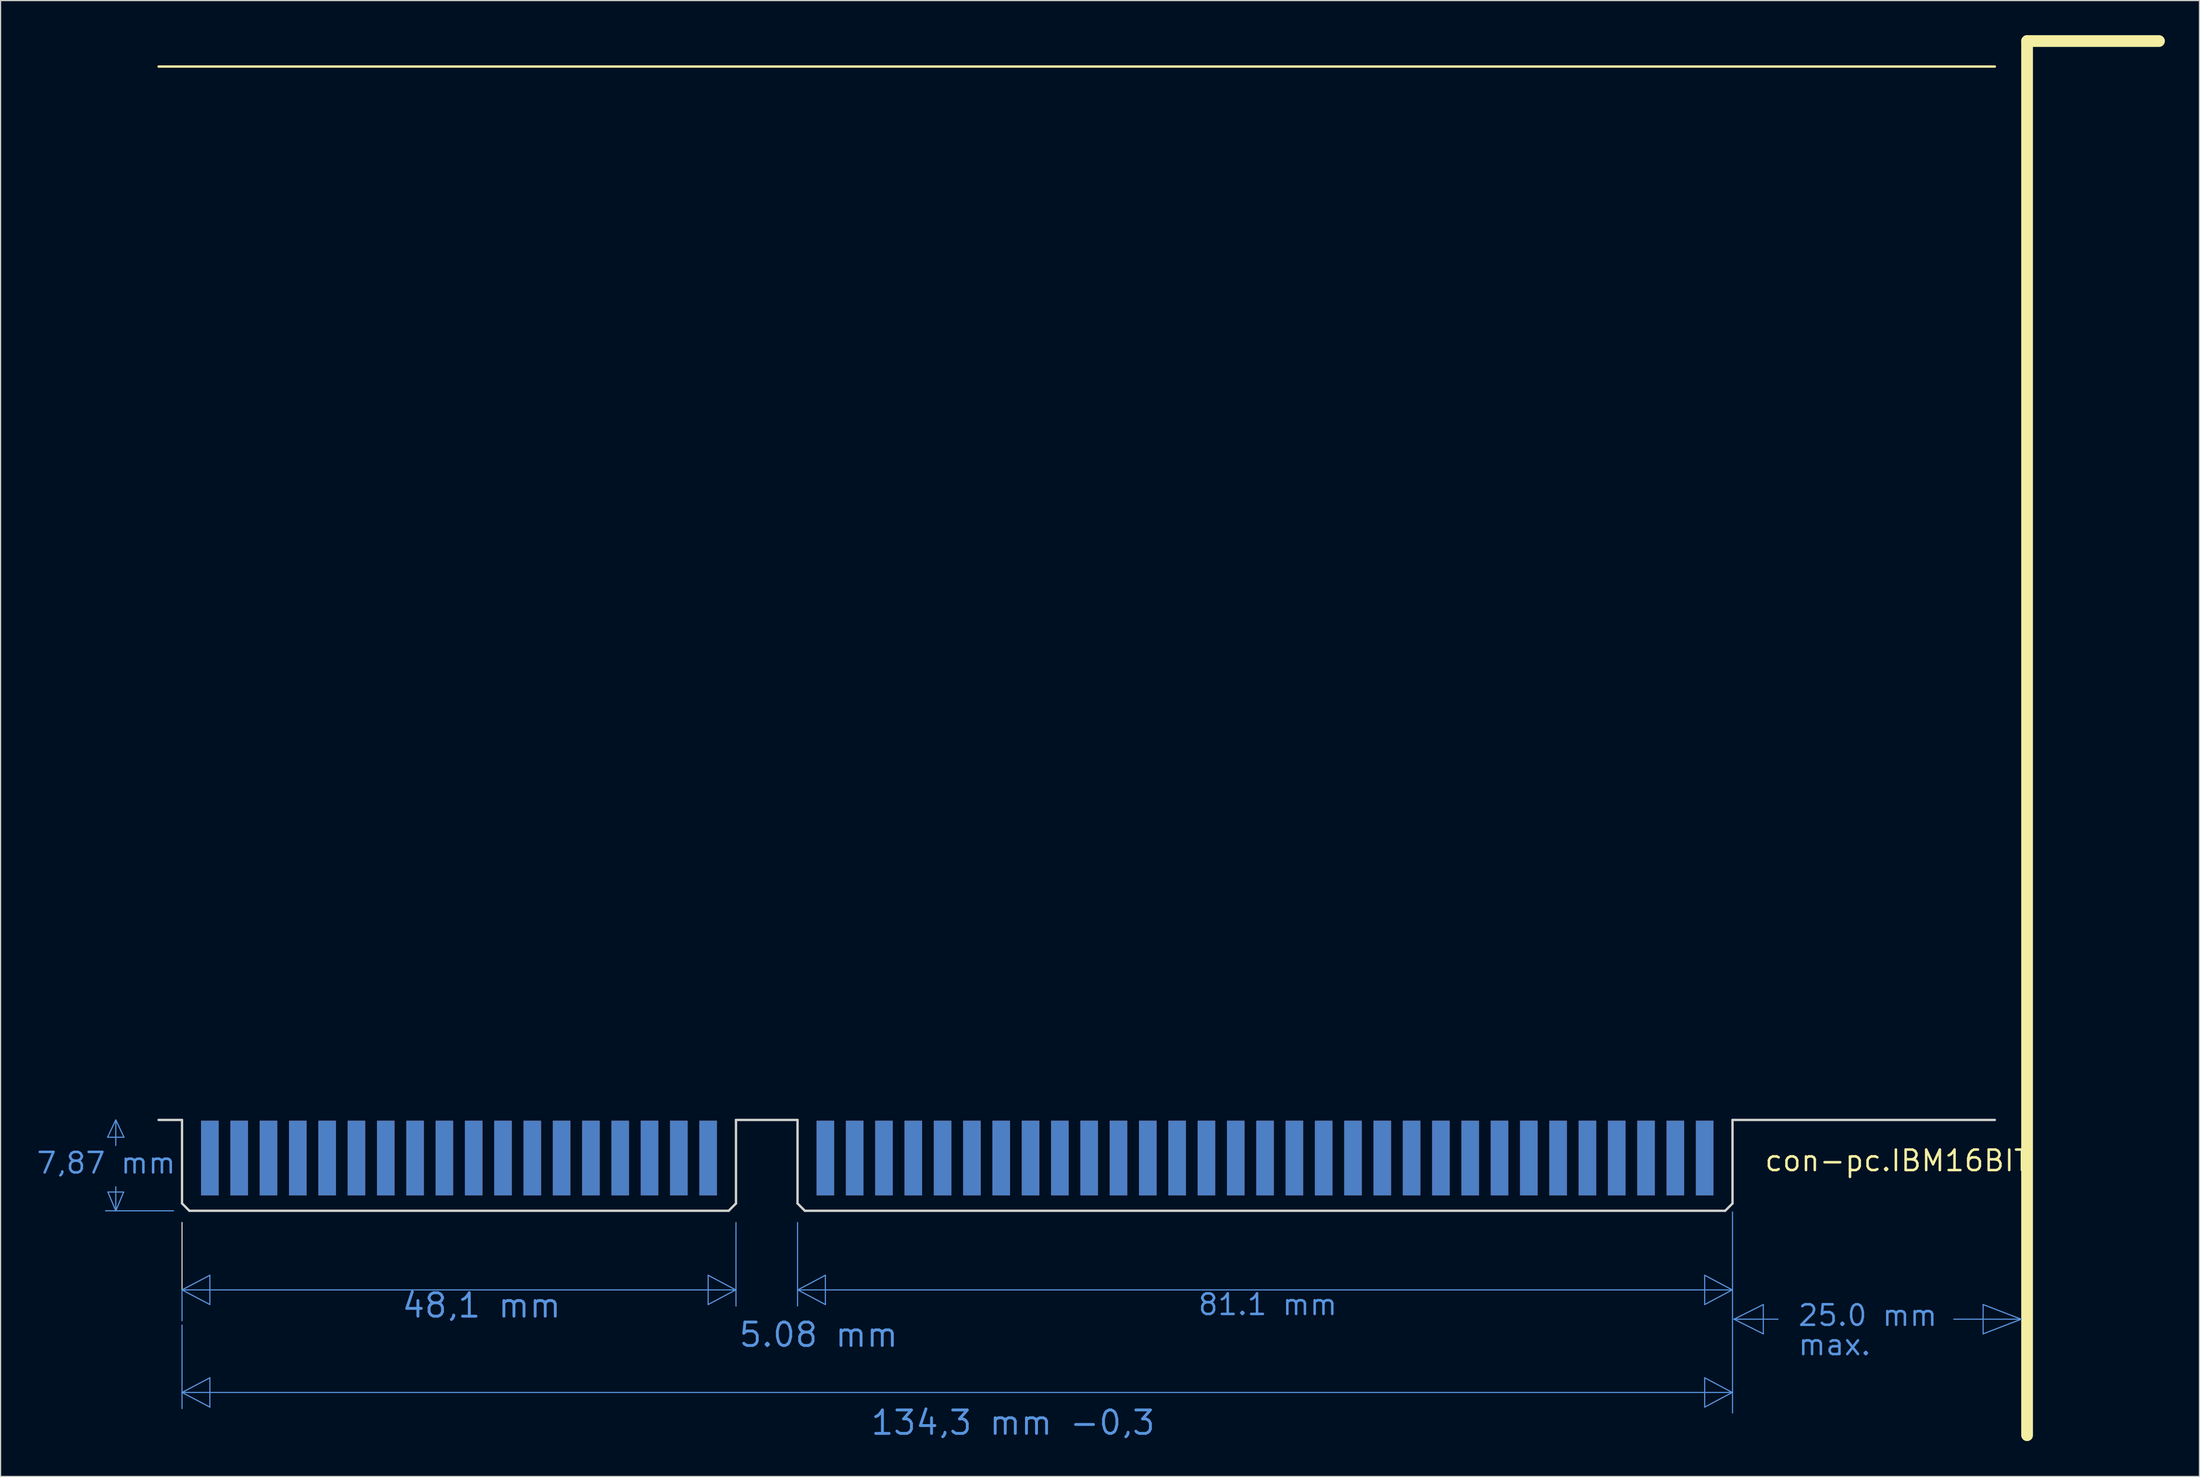
<source format=kicad_pcb>
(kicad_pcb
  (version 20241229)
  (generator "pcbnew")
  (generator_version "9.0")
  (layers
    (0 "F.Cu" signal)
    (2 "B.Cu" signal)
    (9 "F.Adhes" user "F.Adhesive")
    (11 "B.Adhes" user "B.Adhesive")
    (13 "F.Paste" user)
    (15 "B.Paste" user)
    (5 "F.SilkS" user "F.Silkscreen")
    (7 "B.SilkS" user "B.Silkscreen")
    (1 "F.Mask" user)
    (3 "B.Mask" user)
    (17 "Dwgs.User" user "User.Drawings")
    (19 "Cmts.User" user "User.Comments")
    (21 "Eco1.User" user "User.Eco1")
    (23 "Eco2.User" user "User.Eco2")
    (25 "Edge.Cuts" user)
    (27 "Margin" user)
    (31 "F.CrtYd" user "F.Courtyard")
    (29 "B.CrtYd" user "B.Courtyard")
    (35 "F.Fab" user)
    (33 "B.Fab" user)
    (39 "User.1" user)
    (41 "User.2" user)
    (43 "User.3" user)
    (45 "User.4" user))
  (footprint "con-pc.IBM16BIT"
    (layer "B.Cu")
    (at 170.078 102.413)
    (property "Reference" "con-pc.IBM16BIT" (at -20.32 -3.81 0) (layer "F.SilkS") (effects (font (size 1.778 1.778) (thickness 0.22)) (justify left bottom)))
    (attr smd)
    (fp_line (start -160.02 3.81) (end -16.51 3.81) (stroke (width 1.016) (type default)) (layer "F.Mask"))
    (fp_line (start -154.94 -2.54) (end -154.94 3.81) (stroke (width 1.016) (type default)) (layer "F.Mask"))
    (fp_line (start -152.4 -2.54) (end -152.4 3.81) (stroke (width 1.016) (type default)) (layer "F.Mask"))
    (fp_line (start -149.86 -2.54) (end -149.86 3.81) (stroke (width 1.016) (type default)) (layer "F.Mask"))
    (fp_line (start -147.32 -2.54) (end -147.32 3.81) (stroke (width 1.016) (type default)) (layer "F.Mask"))
    (fp_line (start -144.78 -2.54) (end -144.78 3.81) (stroke (width 1.016) (type default)) (layer "F.Mask"))
    (fp_line (start -142.24 -2.54) (end -142.24 3.81) (stroke (width 1.016) (type default)) (layer "F.Mask"))
    (fp_line (start -139.7 -2.54) (end -139.7 3.81) (stroke (width 1.016) (type default)) (layer "F.Mask"))
    (fp_line (start -137.16 -2.54) (end -137.16 3.81) (stroke (width 1.016) (type default)) (layer "F.Mask"))
    (fp_line (start -134.62 -2.54) (end -134.62 3.81) (stroke (width 1.016) (type default)) (layer "F.Mask"))
    (fp_line (start -132.08 -2.54) (end -132.08 3.81) (stroke (width 1.016) (type default)) (layer "F.Mask"))
    (fp_line (start -129.54 -2.54) (end -129.54 3.81) (stroke (width 1.016) (type default)) (layer "F.Mask"))
    (fp_line (start -127 -2.54) (end -127 3.81) (stroke (width 1.016) (type default)) (layer "F.Mask"))
    (fp_line (start -124.46 -2.54) (end -124.46 3.81) (stroke (width 1.016) (type default)) (layer "F.Mask"))
    (fp_line (start -121.92 -2.54) (end -121.92 3.81) (stroke (width 1.016) (type default)) (layer "F.Mask"))
    (fp_line (start -119.38 -2.54) (end -119.38 3.81) (stroke (width 1.016) (type default)) (layer "F.Mask"))
    (fp_line (start -116.84 -2.54) (end -116.84 3.81) (stroke (width 1.016) (type default)) (layer "F.Mask"))
    (fp_line (start -114.3 -2.54) (end -114.3 3.81) (stroke (width 1.016) (type default)) (layer "F.Mask"))
    (fp_line (start -111.76 -2.54) (end -111.76 3.81) (stroke (width 1.016) (type default)) (layer "F.Mask"))
    (fp_line (start -101.6 -2.54) (end -101.6 3.81) (stroke (width 1.016) (type default)) (layer "F.Mask"))
    (fp_line (start -99.06 -2.54) (end -99.06 3.81) (stroke (width 1.016) (type default)) (layer "F.Mask"))
    (fp_line (start -96.52 -2.54) (end -96.52 3.81) (stroke (width 1.016) (type default)) (layer "F.Mask"))
    (fp_line (start -93.98 -2.54) (end -93.98 3.81) (stroke (width 1.016) (type default)) (layer "F.Mask"))
    (fp_line (start -91.44 -2.54) (end -91.44 3.81) (stroke (width 1.016) (type default)) (layer "F.Mask"))
    (fp_line (start -88.9 -2.54) (end -88.9 3.81) (stroke (width 1.016) (type default)) (layer "F.Mask"))
    (fp_line (start -86.36 -2.54) (end -86.36 3.81) (stroke (width 1.016) (type default)) (layer "F.Mask"))
    (fp_line (start -83.82 -2.54) (end -83.82 3.81) (stroke (width 1.016) (type default)) (layer "F.Mask"))
    (fp_line (start -81.28 -2.54) (end -81.28 3.81) (stroke (width 1.016) (type default)) (layer "F.Mask"))
    (fp_line (start -78.74 -2.54) (end -78.74 3.81) (stroke (width 1.016) (type default)) (layer "F.Mask"))
    (fp_line (start -76.2 -2.54) (end -76.2 3.81) (stroke (width 1.016) (type default)) (layer "F.Mask"))
    (fp_line (start -73.66 -2.54) (end -73.66 3.81) (stroke (width 1.016) (type default)) (layer "F.Mask"))
    (fp_line (start -71.12 -2.54) (end -71.12 3.81) (stroke (width 1.016) (type default)) (layer "F.Mask"))
    (fp_line (start -68.58 -2.54) (end -68.58 3.81) (stroke (width 1.016) (type default)) (layer "F.Mask"))
    (fp_line (start -66.04 -2.54) (end -66.04 3.81) (stroke (width 1.016) (type default)) (layer "F.Mask"))
    (fp_line (start -63.5 -2.54) (end -63.5 3.81) (stroke (width 1.016) (type default)) (layer "F.Mask"))
    (fp_line (start -60.96 -2.54) (end -60.96 3.81) (stroke (width 1.016) (type default)) (layer "F.Mask"))
    (fp_line (start -58.42 -2.54) (end -58.42 3.81) (stroke (width 1.016) (type default)) (layer "F.Mask"))
    (fp_line (start -55.88 -2.54) (end -55.88 3.81) (stroke (width 1.016) (type default)) (layer "F.Mask"))
    (fp_line (start -53.34 -2.54) (end -53.34 3.81) (stroke (width 1.016) (type default)) (layer "F.Mask"))
    (fp_line (start -50.8 -2.54) (end -50.8 3.81) (stroke (width 1.016) (type default)) (layer "F.Mask"))
    (fp_line (start -48.26 -2.54) (end -48.26 3.81) (stroke (width 1.016) (type default)) (layer "F.Mask"))
    (fp_line (start -45.72 -2.54) (end -45.72 3.81) (stroke (width 1.016) (type default)) (layer "F.Mask"))
    (fp_line (start -43.18 -2.54) (end -43.18 3.81) (stroke (width 1.016) (type default)) (layer "F.Mask"))
    (fp_line (start -40.64 -2.54) (end -40.64 3.81) (stroke (width 1.016) (type default)) (layer "F.Mask"))
    (fp_line (start -38.1 -2.54) (end -38.1 3.81) (stroke (width 1.016) (type default)) (layer "F.Mask"))
    (fp_line (start -35.56 -2.54) (end -35.56 3.81) (stroke (width 1.016) (type default)) (layer "F.Mask"))
    (fp_line (start -33.02 -2.54) (end -33.02 3.81) (stroke (width 1.016) (type default)) (layer "F.Mask"))
    (fp_line (start -30.48 -2.54) (end -30.48 3.81) (stroke (width 1.016) (type default)) (layer "F.Mask"))
    (fp_line (start -27.94 -2.54) (end -27.94 3.81) (stroke (width 1.016) (type default)) (layer "F.Mask"))
    (fp_line (start -25.4 -2.54) (end -25.4 3.81) (stroke (width 1.016) (type default)) (layer "F.Mask"))
    (fp_rect (start -155.702 -1.778) (end -154.178 -8.382) (stroke (width 0.05) (type default)) (fill yes) (layer "F.Mask"))
    (fp_rect (start -153.162 -1.778) (end -151.638 -8.382) (stroke (width 0.05) (type default)) (fill yes) (layer "F.Mask"))
    (fp_rect (start -150.622 -1.778) (end -149.098 -8.382) (stroke (width 0.05) (type default)) (fill yes) (layer "F.Mask"))
    (fp_rect (start -148.082 -1.778) (end -146.558 -8.382) (stroke (width 0.05) (type default)) (fill yes) (layer "F.Mask"))
    (fp_rect (start -145.542 -1.778) (end -144.018 -8.382) (stroke (width 0.05) (type default)) (fill yes) (layer "F.Mask"))
    (fp_rect (start -143.002 -1.778) (end -141.478 -8.382) (stroke (width 0.05) (type default)) (fill yes) (layer "F.Mask"))
    (fp_rect (start -140.462 -1.778) (end -138.938 -8.382) (stroke (width 0.05) (type default)) (fill yes) (layer "F.Mask"))
    (fp_rect (start -137.922 -1.778) (end -136.398 -8.382) (stroke (width 0.05) (type default)) (fill yes) (layer "F.Mask"))
    (fp_rect (start -135.382 -1.778) (end -133.858 -8.382) (stroke (width 0.05) (type default)) (fill yes) (layer "F.Mask"))
    (fp_rect (start -132.842 -1.778) (end -131.318 -8.382) (stroke (width 0.05) (type default)) (fill yes) (layer "F.Mask"))
    (fp_rect (start -130.302 -1.778) (end -128.778 -8.382) (stroke (width 0.05) (type default)) (fill yes) (layer "F.Mask"))
    (fp_rect (start -127.762 -1.778) (end -126.238 -8.382) (stroke (width 0.05) (type default)) (fill yes) (layer "F.Mask"))
    (fp_rect (start -125.222 -1.778) (end -123.698 -8.382) (stroke (width 0.05) (type default)) (fill yes) (layer "F.Mask"))
    (fp_rect (start -122.682 -1.778) (end -121.158 -8.382) (stroke (width 0.05) (type default)) (fill yes) (layer "F.Mask"))
    (fp_rect (start -120.142 -1.778) (end -118.618 -8.382) (stroke (width 0.05) (type default)) (fill yes) (layer "F.Mask"))
    (fp_rect (start -117.602 -1.778) (end -116.078 -8.382) (stroke (width 0.05) (type default)) (fill yes) (layer "F.Mask"))
    (fp_rect (start -115.062 -1.778) (end -113.538 -8.382) (stroke (width 0.05) (type default)) (fill yes) (layer "F.Mask"))
    (fp_rect (start -112.522 -1.778) (end -110.998 -8.382) (stroke (width 0.05) (type default)) (fill yes) (layer "F.Mask"))
    (fp_rect (start -102.362 -1.778) (end -100.838 -8.382) (stroke (width 0.05) (type default)) (fill yes) (layer "F.Mask"))
    (fp_rect (start -99.822 -1.778) (end -98.298 -8.382) (stroke (width 0.05) (type default)) (fill yes) (layer "F.Mask"))
    (fp_rect (start -97.282 -1.778) (end -95.758 -8.382) (stroke (width 0.05) (type default)) (fill yes) (layer "F.Mask"))
    (fp_rect (start -94.742 -1.778) (end -93.218 -8.382) (stroke (width 0.05) (type default)) (fill yes) (layer "F.Mask"))
    (fp_rect (start -92.202 -1.778) (end -90.678 -8.382) (stroke (width 0.05) (type default)) (fill yes) (layer "F.Mask"))
    (fp_rect (start -89.662 -1.778) (end -88.138 -8.382) (stroke (width 0.05) (type default)) (fill yes) (layer "F.Mask"))
    (fp_rect (start -87.122 -1.778) (end -85.598 -8.382) (stroke (width 0.05) (type default)) (fill yes) (layer "F.Mask"))
    (fp_rect (start -84.582 -1.778) (end -83.058 -8.382) (stroke (width 0.05) (type default)) (fill yes) (layer "F.Mask"))
    (fp_rect (start -82.042 -1.778) (end -80.518 -8.382) (stroke (width 0.05) (type default)) (fill yes) (layer "F.Mask"))
    (fp_rect (start -79.502 -1.778) (end -77.978 -8.382) (stroke (width 0.05) (type default)) (fill yes) (layer "F.Mask"))
    (fp_rect (start -76.962 -1.778) (end -75.438 -8.382) (stroke (width 0.05) (type default)) (fill yes) (layer "F.Mask"))
    (fp_rect (start -74.422 -1.778) (end -72.898 -8.382) (stroke (width 0.05) (type default)) (fill yes) (layer "F.Mask"))
    (fp_rect (start -71.882 -1.778) (end -70.358 -8.382) (stroke (width 0.05) (type default)) (fill yes) (layer "F.Mask"))
    (fp_rect (start -69.342 -1.778) (end -67.818 -8.382) (stroke (width 0.05) (type default)) (fill yes) (layer "F.Mask"))
    (fp_rect (start -66.802 -1.778) (end -65.278 -8.382) (stroke (width 0.05) (type default)) (fill yes) (layer "F.Mask"))
    (fp_rect (start -64.262 -1.778) (end -62.738 -8.382) (stroke (width 0.05) (type default)) (fill yes) (layer "F.Mask"))
    (fp_rect (start -61.722 -1.778) (end -60.198 -8.382) (stroke (width 0.05) (type default)) (fill yes) (layer "F.Mask"))
    (fp_rect (start -59.182 -1.778) (end -57.658 -8.382) (stroke (width 0.05) (type default)) (fill yes) (layer "F.Mask"))
    (fp_rect (start -56.642 -1.778) (end -55.118 -8.382) (stroke (width 0.05) (type default)) (fill yes) (layer "F.Mask"))
    (fp_rect (start -54.102 -1.778) (end -52.578 -8.382) (stroke (width 0.05) (type default)) (fill yes) (layer "F.Mask"))
    (fp_rect (start -51.562 -1.778) (end -50.038 -8.382) (stroke (width 0.05) (type default)) (fill yes) (layer "F.Mask"))
    (fp_rect (start -49.022 -1.778) (end -47.498 -8.382) (stroke (width 0.05) (type default)) (fill yes) (layer "F.Mask"))
    (fp_rect (start -46.482 -1.778) (end -44.958 -8.382) (stroke (width 0.05) (type default)) (fill yes) (layer "F.Mask"))
    (fp_rect (start -43.942 -1.778) (end -42.418 -8.382) (stroke (width 0.05) (type default)) (fill yes) (layer "F.Mask"))
    (fp_rect (start -41.402 -1.778) (end -39.878 -8.382) (stroke (width 0.05) (type default)) (fill yes) (layer "F.Mask"))
    (fp_rect (start -38.862 -1.778) (end -37.338 -8.382) (stroke (width 0.05) (type default)) (fill yes) (layer "F.Mask"))
    (fp_rect (start -36.322 -1.778) (end -34.798 -8.382) (stroke (width 0.05) (type default)) (fill yes) (layer "F.Mask"))
    (fp_rect (start -33.782 -1.778) (end -32.258 -8.382) (stroke (width 0.05) (type default)) (fill yes) (layer "F.Mask"))
    (fp_rect (start -31.242 -1.778) (end -29.718 -8.382) (stroke (width 0.05) (type default)) (fill yes) (layer "F.Mask"))
    (fp_rect (start -28.702 -1.778) (end -27.178 -8.382) (stroke (width 0.05) (type default)) (fill yes) (layer "F.Mask"))
    (fp_rect (start -26.162 -1.778) (end -24.638 -8.382) (stroke (width 0.05) (type default)) (fill yes) (layer "F.Mask"))
    (fp_line (start -160.02 3.81) (end -16.51 3.81) (stroke (width 1.016) (type default)) (layer "B.Mask"))
    (fp_line (start -154.94 -2.54) (end -154.94 3.81) (stroke (width 1.016) (type default)) (layer "B.Mask"))
    (fp_line (start -152.4 -2.54) (end -152.4 3.81) (stroke (width 1.016) (type default)) (layer "B.Mask"))
    (fp_line (start -149.86 -2.54) (end -149.86 3.81) (stroke (width 1.016) (type default)) (layer "B.Mask"))
    (fp_line (start -147.32 -2.54) (end -147.32 3.81) (stroke (width 1.016) (type default)) (layer "B.Mask"))
    (fp_line (start -144.78 -2.54) (end -144.78 3.81) (stroke (width 1.016) (type default)) (layer "B.Mask"))
    (fp_line (start -142.24 -2.54) (end -142.24 3.81) (stroke (width 1.016) (type default)) (layer "B.Mask"))
    (fp_line (start -139.7 -2.54) (end -139.7 3.81) (stroke (width 1.016) (type default)) (layer "B.Mask"))
    (fp_line (start -137.16 -2.54) (end -137.16 3.81) (stroke (width 1.016) (type default)) (layer "B.Mask"))
    (fp_line (start -134.62 -2.54) (end -134.62 3.81) (stroke (width 1.016) (type default)) (layer "B.Mask"))
    (fp_line (start -132.08 -2.54) (end -132.08 3.81) (stroke (width 1.016) (type default)) (layer "B.Mask"))
    (fp_line (start -129.54 -2.54) (end -129.54 3.81) (stroke (width 1.016) (type default)) (layer "B.Mask"))
    (fp_line (start -127 -2.54) (end -127 3.81) (stroke (width 1.016) (type default)) (layer "B.Mask"))
    (fp_line (start -124.46 -2.54) (end -124.46 3.81) (stroke (width 1.016) (type default)) (layer "B.Mask"))
    (fp_line (start -121.92 -2.54) (end -121.92 3.81) (stroke (width 1.016) (type default)) (layer "B.Mask"))
    (fp_line (start -119.38 -2.54) (end -119.38 3.81) (stroke (width 1.016) (type default)) (layer "B.Mask"))
    (fp_line (start -116.84 -2.54) (end -116.84 3.81) (stroke (width 1.016) (type default)) (layer "B.Mask"))
    (fp_line (start -114.3 -2.54) (end -114.3 3.81) (stroke (width 1.016) (type default)) (layer "B.Mask"))
    (fp_line (start -111.76 -2.54) (end -111.76 3.81) (stroke (width 1.016) (type default)) (layer "B.Mask"))
    (fp_line (start -101.6 -2.54) (end -101.6 3.81) (stroke (width 1.016) (type default)) (layer "B.Mask"))
    (fp_line (start -99.06 -2.54) (end -99.06 3.81) (stroke (width 1.016) (type default)) (layer "B.Mask"))
    (fp_line (start -96.52 -2.54) (end -96.52 3.81) (stroke (width 1.016) (type default)) (layer "B.Mask"))
    (fp_line (start -93.98 -2.54) (end -93.98 3.81) (stroke (width 1.016) (type default)) (layer "B.Mask"))
    (fp_line (start -91.44 -2.54) (end -91.44 3.81) (stroke (width 1.016) (type default)) (layer "B.Mask"))
    (fp_line (start -88.9 -2.54) (end -88.9 3.81) (stroke (width 1.016) (type default)) (layer "B.Mask"))
    (fp_line (start -86.36 -2.54) (end -86.36 3.81) (stroke (width 1.016) (type default)) (layer "B.Mask"))
    (fp_line (start -83.82 -2.54) (end -83.82 3.81) (stroke (width 1.016) (type default)) (layer "B.Mask"))
    (fp_line (start -81.28 -2.54) (end -81.28 3.81) (stroke (width 1.016) (type default)) (layer "B.Mask"))
    (fp_line (start -78.74 -2.54) (end -78.74 3.81) (stroke (width 1.016) (type default)) (layer "B.Mask"))
    (fp_line (start -76.2 -2.54) (end -76.2 3.81) (stroke (width 1.016) (type default)) (layer "B.Mask"))
    (fp_line (start -73.66 -2.54) (end -73.66 3.81) (stroke (width 1.016) (type default)) (layer "B.Mask"))
    (fp_line (start -71.12 -2.54) (end -71.12 3.81) (stroke (width 1.016) (type default)) (layer "B.Mask"))
    (fp_line (start -68.58 -2.54) (end -68.58 3.81) (stroke (width 1.016) (type default)) (layer "B.Mask"))
    (fp_line (start -66.04 -2.54) (end -66.04 3.81) (stroke (width 1.016) (type default)) (layer "B.Mask"))
    (fp_line (start -63.5 -2.54) (end -63.5 3.81) (stroke (width 1.016) (type default)) (layer "B.Mask"))
    (fp_line (start -60.96 -2.54) (end -60.96 3.81) (stroke (width 1.016) (type default)) (layer "B.Mask"))
    (fp_line (start -58.42 -2.54) (end -58.42 3.81) (stroke (width 1.016) (type default)) (layer "B.Mask"))
    (fp_line (start -55.88 -2.54) (end -55.88 3.81) (stroke (width 1.016) (type default)) (layer "B.Mask"))
    (fp_line (start -53.34 -2.54) (end -53.34 3.81) (stroke (width 1.016) (type default)) (layer "B.Mask"))
    (fp_line (start -50.8 -2.54) (end -50.8 3.81) (stroke (width 1.016) (type default)) (layer "B.Mask"))
    (fp_line (start -48.26 -2.54) (end -48.26 3.81) (stroke (width 1.016) (type default)) (layer "B.Mask"))
    (fp_line (start -45.72 -2.54) (end -45.72 3.81) (stroke (width 1.016) (type default)) (layer "B.Mask"))
    (fp_line (start -43.18 -2.54) (end -43.18 3.81) (stroke (width 1.016) (type default)) (layer "B.Mask"))
    (fp_line (start -40.64 -2.54) (end -40.64 3.81) (stroke (width 1.016) (type default)) (layer "B.Mask"))
    (fp_line (start -38.1 -2.54) (end -38.1 3.81) (stroke (width 1.016) (type default)) (layer "B.Mask"))
    (fp_line (start -35.56 -2.54) (end -35.56 3.81) (stroke (width 1.016) (type default)) (layer "B.Mask"))
    (fp_line (start -33.02 -2.54) (end -33.02 3.81) (stroke (width 1.016) (type default)) (layer "B.Mask"))
    (fp_line (start -30.48 -2.54) (end -30.48 3.81) (stroke (width 1.016) (type default)) (layer "B.Mask"))
    (fp_line (start -27.94 -2.54) (end -27.94 3.81) (stroke (width 1.016) (type default)) (layer "B.Mask"))
    (fp_line (start -25.4 -2.54) (end -25.4 3.81) (stroke (width 1.016) (type default)) (layer "B.Mask"))
    (fp_rect (start -155.702 -1.778) (end -154.178 -8.382) (stroke (width 0.05) (type default)) (fill yes) (layer "B.Mask"))
    (fp_rect (start -153.162 -1.778) (end -151.638 -8.382) (stroke (width 0.05) (type default)) (fill yes) (layer "B.Mask"))
    (fp_rect (start -150.622 -1.778) (end -149.098 -8.382) (stroke (width 0.05) (type default)) (fill yes) (layer "B.Mask"))
    (fp_rect (start -148.082 -1.778) (end -146.558 -8.382) (stroke (width 0.05) (type default)) (fill yes) (layer "B.Mask"))
    (fp_rect (start -145.542 -1.778) (end -144.018 -8.382) (stroke (width 0.05) (type default)) (fill yes) (layer "B.Mask"))
    (fp_rect (start -143.002 -1.778) (end -141.478 -8.382) (stroke (width 0.05) (type default)) (fill yes) (layer "B.Mask"))
    (fp_rect (start -140.462 -1.778) (end -138.938 -8.382) (stroke (width 0.05) (type default)) (fill yes) (layer "B.Mask"))
    (fp_rect (start -137.922 -1.778) (end -136.398 -8.382) (stroke (width 0.05) (type default)) (fill yes) (layer "B.Mask"))
    (fp_rect (start -135.382 -1.778) (end -133.858 -8.382) (stroke (width 0.05) (type default)) (fill yes) (layer "B.Mask"))
    (fp_rect (start -132.842 -1.778) (end -131.318 -8.382) (stroke (width 0.05) (type default)) (fill yes) (layer "B.Mask"))
    (fp_rect (start -130.302 -1.778) (end -128.778 -8.382) (stroke (width 0.05) (type default)) (fill yes) (layer "B.Mask"))
    (fp_rect (start -127.762 -1.778) (end -126.238 -8.382) (stroke (width 0.05) (type default)) (fill yes) (layer "B.Mask"))
    (fp_rect (start -125.222 -1.778) (end -123.698 -8.382) (stroke (width 0.05) (type default)) (fill yes) (layer "B.Mask"))
    (fp_rect (start -122.682 -1.778) (end -121.158 -8.382) (stroke (width 0.05) (type default)) (fill yes) (layer "B.Mask"))
    (fp_rect (start -120.142 -1.778) (end -118.618 -8.382) (stroke (width 0.05) (type default)) (fill yes) (layer "B.Mask"))
    (fp_rect (start -117.602 -1.778) (end -116.078 -8.382) (stroke (width 0.05) (type default)) (fill yes) (layer "B.Mask"))
    (fp_rect (start -115.062 -1.778) (end -113.538 -8.382) (stroke (width 0.05) (type default)) (fill yes) (layer "B.Mask"))
    (fp_rect (start -112.522 -1.778) (end -110.998 -8.382) (stroke (width 0.05) (type default)) (fill yes) (layer "B.Mask"))
    (fp_rect (start -102.362 -1.778) (end -100.838 -8.382) (stroke (width 0.05) (type default)) (fill yes) (layer "B.Mask"))
    (fp_rect (start -99.822 -1.778) (end -98.298 -8.382) (stroke (width 0.05) (type default)) (fill yes) (layer "B.Mask"))
    (fp_rect (start -97.282 -1.778) (end -95.758 -8.382) (stroke (width 0.05) (type default)) (fill yes) (layer "B.Mask"))
    (fp_rect (start -94.742 -1.778) (end -93.218 -8.382) (stroke (width 0.05) (type default)) (fill yes) (layer "B.Mask"))
    (fp_rect (start -92.202 -1.778) (end -90.678 -8.382) (stroke (width 0.05) (type default)) (fill yes) (layer "B.Mask"))
    (fp_rect (start -89.662 -1.778) (end -88.138 -8.382) (stroke (width 0.05) (type default)) (fill yes) (layer "B.Mask"))
    (fp_rect (start -87.122 -1.778) (end -85.598 -8.382) (stroke (width 0.05) (type default)) (fill yes) (layer "B.Mask"))
    (fp_rect (start -84.582 -1.778) (end -83.058 -8.382) (stroke (width 0.05) (type default)) (fill yes) (layer "B.Mask"))
    (fp_rect (start -82.042 -1.778) (end -80.518 -8.382) (stroke (width 0.05) (type default)) (fill yes) (layer "B.Mask"))
    (fp_rect (start -79.502 -1.778) (end -77.978 -8.382) (stroke (width 0.05) (type default)) (fill yes) (layer "B.Mask"))
    (fp_rect (start -76.962 -1.778) (end -75.438 -8.382) (stroke (width 0.05) (type default)) (fill yes) (layer "B.Mask"))
    (fp_rect (start -74.422 -1.778) (end -72.898 -8.382) (stroke (width 0.05) (type default)) (fill yes) (layer "B.Mask"))
    (fp_rect (start -71.882 -1.778) (end -70.358 -8.382) (stroke (width 0.05) (type default)) (fill yes) (layer "B.Mask"))
    (fp_rect (start -69.342 -1.778) (end -67.818 -8.382) (stroke (width 0.05) (type default)) (fill yes) (layer "B.Mask"))
    (fp_rect (start -66.802 -1.778) (end -65.278 -8.382) (stroke (width 0.05) (type default)) (fill yes) (layer "B.Mask"))
    (fp_rect (start -64.262 -1.778) (end -62.738 -8.382) (stroke (width 0.05) (type default)) (fill yes) (layer "B.Mask"))
    (fp_rect (start -61.722 -1.778) (end -60.198 -8.382) (stroke (width 0.05) (type default)) (fill yes) (layer "B.Mask"))
    (fp_rect (start -59.182 -1.778) (end -57.658 -8.382) (stroke (width 0.05) (type default)) (fill yes) (layer "B.Mask"))
    (fp_rect (start -56.642 -1.778) (end -55.118 -8.382) (stroke (width 0.05) (type default)) (fill yes) (layer "B.Mask"))
    (fp_rect (start -54.102 -1.778) (end -52.578 -8.382) (stroke (width 0.05) (type default)) (fill yes) (layer "B.Mask"))
    (fp_rect (start -51.562 -1.778) (end -50.038 -8.382) (stroke (width 0.05) (type default)) (fill yes) (layer "B.Mask"))
    (fp_rect (start -49.022 -1.778) (end -47.498 -8.382) (stroke (width 0.05) (type default)) (fill yes) (layer "B.Mask"))
    (fp_rect (start -46.482 -1.778) (end -44.958 -8.382) (stroke (width 0.05) (type default)) (fill yes) (layer "B.Mask"))
    (fp_rect (start -43.942 -1.778) (end -42.418 -8.382) (stroke (width 0.05) (type default)) (fill yes) (layer "B.Mask"))
    (fp_rect (start -41.402 -1.778) (end -39.878 -8.382) (stroke (width 0.05) (type default)) (fill yes) (layer "B.Mask"))
    (fp_rect (start -38.862 -1.778) (end -37.338 -8.382) (stroke (width 0.05) (type default)) (fill yes) (layer "B.Mask"))
    (fp_rect (start -36.322 -1.778) (end -34.798 -8.382) (stroke (width 0.05) (type default)) (fill yes) (layer "B.Mask"))
    (fp_rect (start -33.782 -1.778) (end -32.258 -8.382) (stroke (width 0.05) (type default)) (fill yes) (layer "B.Mask"))
    (fp_rect (start -31.242 -1.778) (end -29.718 -8.382) (stroke (width 0.05) (type default)) (fill yes) (layer "B.Mask"))
    (fp_rect (start -28.702 -1.778) (end -27.178 -8.382) (stroke (width 0.05) (type default)) (fill yes) (layer "B.Mask"))
    (fp_rect (start -26.162 -1.778) (end -24.638 -8.382) (stroke (width 0.05) (type default)) (fill yes) (layer "B.Mask"))
    (fp_line (start -0.254 -99.695) (end -159.385 -99.695) (stroke (width 0.203) (type default)) (layer "F.SilkS"))
    (fp_line (start 2.54 -101.905) (end 13.97 -101.905) (stroke (width 1.016) (type default)) (layer "F.SilkS"))
    (fp_line (start 2.54 18.948) (end 2.54 -101.905) (stroke (width 1.016) (type default)) (layer "F.SilkS"))
    (fp_line (start -163.805 -6.883) (end -162.382 -6.883) (stroke (width 0.1) (type default)) (layer "Cmts.User"))
    (fp_line (start -163.779 -2.134) (end -163.093 -0.508) (stroke (width 0.1) (type default)) (layer "Cmts.User"))
    (fp_line (start -163.093 -8.382) (end -163.805 -6.883) (stroke (width 0.1) (type default)) (layer "Cmts.User"))
    (fp_line (start -163.093 -8.382) (end -163.093 -6.172) (stroke (width 0.1) (type default)) (layer "Cmts.User"))
    (fp_line (start -163.093 -0.508) (end -163.982 -0.508) (stroke (width 0.1) (type default)) (layer "Cmts.User"))
    (fp_line (start -163.093 -0.508) (end -163.093 -2.591) (stroke (width 0.1) (type default)) (layer "Cmts.User"))
    (fp_line (start -163.093 -0.508) (end -162.408 -2.134) (stroke (width 0.1) (type default)) (layer "Cmts.User"))
    (fp_line (start -162.408 -2.134) (end -163.779 -2.134) (stroke (width 0.1) (type default)) (layer "Cmts.User"))
    (fp_line (start -162.382 -6.883) (end -163.093 -8.382) (stroke (width 0.1) (type default)) (layer "Cmts.User"))
    (fp_line (start -158.09 -0.508) (end -163.093 -0.508) (stroke (width 0.1) (type default)) (layer "Cmts.User"))
    (fp_line (start -157.353 6.35) (end -157.353 9.017) (stroke (width 0.1) (type default)) (layer "Cmts.User"))
    (fp_line (start -157.353 6.35) (end -154.94 5.08) (stroke (width 0.1) (type default)) (layer "Cmts.User"))
    (fp_line (start -157.353 6.35) (end -109.372 6.35) (stroke (width 0.1) (type default)) (layer "Cmts.User"))
    (fp_line (start -157.353 9.398) (end -157.353 15.24) (stroke (width 0.1) (type default)) (layer "Cmts.User"))
    (fp_line (start -157.353 15.24) (end -157.353 16.637) (stroke (width 0.1) (type default)) (layer "Cmts.User"))
    (fp_line (start -157.353 15.24) (end -154.94 13.97) (stroke (width 0.1) (type default)) (layer "Cmts.User"))
    (fp_line (start -157.353 15.24) (end -23.012 15.24) (stroke (width 0.1) (type default)) (layer "Cmts.User"))
    (fp_line (start -154.94 5.08) (end -154.94 7.62) (stroke (width 0.1) (type default)) (layer "Cmts.User"))
    (fp_line (start -154.94 7.62) (end -157.353 6.35) (stroke (width 0.1) (type default)) (layer "Cmts.User"))
    (fp_line (start -154.94 13.97) (end -154.94 16.51) (stroke (width 0.1) (type default)) (layer "Cmts.User"))
    (fp_line (start -154.94 16.51) (end -157.353 15.24) (stroke (width 0.1) (type default)) (layer "Cmts.User"))
    (fp_line (start -111.76 5.08) (end -111.76 7.62) (stroke (width 0.1) (type default)) (layer "Cmts.User"))
    (fp_line (start -111.76 7.62) (end -109.372 6.35) (stroke (width 0.1) (type default)) (layer "Cmts.User"))
    (fp_line (start -109.372 6.35) (end -111.76 5.08) (stroke (width 0.1) (type default)) (layer "Cmts.User"))
    (fp_line (start -109.347 0.508) (end -109.347 7.747) (stroke (width 0.1) (type default)) (layer "Cmts.User"))
    (fp_line (start -104.013 0.508) (end -104.013 7.747) (stroke (width 0.1) (type default)) (layer "Cmts.User"))
    (fp_line (start -103.988 6.35) (end -101.6 5.08) (stroke (width 0.1) (type default)) (layer "Cmts.User"))
    (fp_line (start -101.6 5.08) (end -101.6 7.62) (stroke (width 0.1) (type default)) (layer "Cmts.User"))
    (fp_line (start -101.6 7.62) (end -103.988 6.35) (stroke (width 0.1) (type default)) (layer "Cmts.User"))
    (fp_line (start -25.4 5.08) (end -25.4 7.62) (stroke (width 0.1) (type default)) (layer "Cmts.User"))
    (fp_line (start -25.4 7.62) (end -23.012 6.35) (stroke (width 0.1) (type default)) (layer "Cmts.User"))
    (fp_line (start -25.4 13.97) (end -25.4 16.51) (stroke (width 0.1) (type default)) (layer "Cmts.User"))
    (fp_line (start -25.4 16.51) (end -23.012 15.24) (stroke (width 0.1) (type default)) (layer "Cmts.User"))
    (fp_line (start -23.012 6.35) (end -103.988 6.35) (stroke (width 0.1) (type default)) (layer "Cmts.User"))
    (fp_line (start -23.012 6.35) (end -25.4 5.08) (stroke (width 0.1) (type default)) (layer "Cmts.User"))
    (fp_line (start -23.012 15.24) (end -25.4 13.97) (stroke (width 0.1) (type default)) (layer "Cmts.User"))
    (fp_line (start -22.987 -0.406) (end -22.987 17.018) (stroke (width 0.1) (type default)) (layer "Cmts.User"))
    (fp_line (start -22.86 8.89) (end -20.32 7.62) (stroke (width 0.1) (type default)) (layer "Cmts.User"))
    (fp_line (start -22.86 8.89) (end -19.05 8.89) (stroke (width 0.1) (type default)) (layer "Cmts.User"))
    (fp_line (start -20.32 7.62) (end -20.32 10.16) (stroke (width 0.1) (type default)) (layer "Cmts.User"))
    (fp_line (start -20.32 10.16) (end -22.86 8.89) (stroke (width 0.1) (type default)) (layer "Cmts.User"))
    (fp_line (start -3.81 8.89) (end 2.032 8.89) (stroke (width 0.1) (type default)) (layer "Cmts.User"))
    (fp_line (start -1.27 7.62) (end -1.27 10.16) (stroke (width 0.1) (type default)) (layer "Cmts.User"))
    (fp_line (start -1.27 10.16) (end 2.032 8.89) (stroke (width 0.1) (type default)) (layer "Cmts.User"))
    (fp_line (start 2.032 8.89) (end -1.27 7.62) (stroke (width 0.1) (type default)) (layer "Cmts.User"))
    (fp_line (start -157.353 -8.382) (end -159.385 -8.382) (stroke (width 0.203) (type default)) (layer "Edge.Cuts"))
    (fp_line (start -157.353 -8.382) (end -157.353 -1.143) (stroke (width 0.203) (type default)) (layer "Edge.Cuts"))
    (fp_line (start -157.353 0.508) (end -157.353 6.35) (stroke (width 0.1) (type default)) (layer "Edge.Cuts"))
    (fp_line (start -156.718 -0.508) (end -157.353 -1.143) (stroke (width 0.203) (type default)) (layer "Edge.Cuts"))
    (fp_line (start -109.982 -0.508) (end -156.718 -0.508) (stroke (width 0.203) (type default)) (layer "Edge.Cuts"))
    (fp_line (start -109.347 -8.382) (end -109.347 -1.143) (stroke (width 0.203) (type default)) (layer "Edge.Cuts"))
    (fp_line (start -109.347 -1.143) (end -109.982 -0.508) (stroke (width 0.203) (type default)) (layer "Edge.Cuts"))
    (fp_line (start -104.013 -8.382) (end -109.347 -8.382) (stroke (width 0.203) (type default)) (layer "Edge.Cuts"))
    (fp_line (start -104.013 -8.382) (end -104.013 -1.143) (stroke (width 0.203) (type default)) (layer "Edge.Cuts"))
    (fp_line (start -103.378 -0.508) (end -104.013 -1.143) (stroke (width 0.203) (type default)) (layer "Edge.Cuts"))
    (fp_line (start -23.622 -0.508) (end -103.378 -0.508) (stroke (width 0.203) (type default)) (layer "Edge.Cuts"))
    (fp_line (start -22.987 -8.382) (end -22.987 -1.143) (stroke (width 0.203) (type default)) (layer "Edge.Cuts"))
    (fp_line (start -22.987 -1.143) (end -23.622 -0.508) (stroke (width 0.203) (type default)) (layer "Edge.Cuts"))
    (fp_line (start -0.254 -8.382) (end -22.987 -8.382) (stroke (width 0.203) (type default)) (layer "Edge.Cuts"))
    (fp_text user "25.0 mm" (at -17.424 9.601 0) (layer "Cmts.User") (effects (font (size 1.778 1.778) (thickness 0.22)) (justify left bottom)))
    (fp_text user "134,3 mm -0,3" (at -97.79 19.05 0) (layer "Cmts.User") (effects (font (size 2.032 2.032) (thickness 0.25)) (justify left bottom)))
    (fp_text user "max." (at -17.424 12.141 0) (layer "Cmts.User") (effects (font (size 1.778 1.778) (thickness 0.22)) (justify left bottom)))
    (fp_text user "81.1 mm" (at -69.418 8.661 0) (layer "Cmts.User") (effects (font (size 1.778 1.778) (thickness 0.22)) (justify left bottom)))
    (fp_text user "5.08 mm" (at -109.22 11.43 0) (layer "Cmts.User") (effects (font (size 2.032 2.032) (thickness 0.25)) (justify left bottom)))
    (fp_text user "7,87 mm" (at -170.078 -3.607 0) (layer "Cmts.User") (effects (font (size 1.778 1.778) (thickness 0.22)) (justify left bottom)))
    (fp_text user "48,1 mm" (at -138.43 8.89 0) (layer "Cmts.User") (effects (font (size 2.032 2.032) (thickness 0.25)) (justify left bottom)))
    (pad "A1" smd roundrect (at -25.4 -5.08) (size 1.524 6.477) (layers "F.Cu" "F.Mask" "F.Paste") (roundrect_rratio 0.01))
    (pad "A2" smd roundrect (at -27.94 -5.08) (size 1.524 6.477) (layers "F.Cu" "F.Mask" "F.Paste") (roundrect_rratio 0.01))
    (pad "A3" smd roundrect (at -30.48 -5.08) (size 1.524 6.477) (layers "F.Cu" "F.Mask" "F.Paste") (roundrect_rratio 0.01))
    (pad "A4" smd roundrect (at -33.02 -5.08) (size 1.524 6.477) (layers "F.Cu" "F.Mask" "F.Paste") (roundrect_rratio 0.01))
    (pad "A5" smd roundrect (at -35.56 -5.08) (size 1.524 6.477) (layers "F.Cu" "F.Mask" "F.Paste") (roundrect_rratio 0.01))
    (pad "A6" smd roundrect (at -38.1 -5.08) (size 1.524 6.477) (layers "F.Cu" "F.Mask" "F.Paste") (roundrect_rratio 0.01))
    (pad "A7" smd roundrect (at -40.64 -5.08) (size 1.524 6.477) (layers "F.Cu" "F.Mask" "F.Paste") (roundrect_rratio 0.01))
    (pad "A8" smd roundrect (at -43.18 -5.08) (size 1.524 6.477) (layers "F.Cu" "F.Mask" "F.Paste") (roundrect_rratio 0.01))
    (pad "A9" smd roundrect (at -45.72 -5.08) (size 1.524 6.477) (layers "F.Cu" "F.Mask" "F.Paste") (roundrect_rratio 0.01))
    (pad "A10" smd roundrect (at -48.26 -5.08) (size 1.524 6.477) (layers "F.Cu" "F.Mask" "F.Paste") (roundrect_rratio 0.01))
    (pad "A11" smd roundrect (at -50.8 -5.08) (size 1.524 6.477) (layers "F.Cu" "F.Mask" "F.Paste") (roundrect_rratio 0.01))
    (pad "A12" smd roundrect (at -53.34 -5.08) (size 1.524 6.477) (layers "F.Cu" "F.Mask" "F.Paste") (roundrect_rratio 0.01))
    (pad "A13" smd roundrect (at -55.88 -5.08) (size 1.524 6.477) (layers "F.Cu" "F.Mask" "F.Paste") (roundrect_rratio 0.01))
    (pad "A14" smd roundrect (at -58.42 -5.08) (size 1.524 6.477) (layers "F.Cu" "F.Mask" "F.Paste") (roundrect_rratio 0.01))
    (pad "A15" smd roundrect (at -60.96 -5.08) (size 1.524 6.477) (layers "F.Cu" "F.Mask" "F.Paste") (roundrect_rratio 0.01))
    (pad "A16" smd roundrect (at -63.5 -5.08) (size 1.524 6.477) (layers "F.Cu" "F.Mask" "F.Paste") (roundrect_rratio 0.01))
    (pad "A17" smd roundrect (at -66.04 -5.08) (size 1.524 6.477) (layers "F.Cu" "F.Mask" "F.Paste") (roundrect_rratio 0.01))
    (pad "A18" smd roundrect (at -68.58 -5.08) (size 1.524 6.477) (layers "F.Cu" "F.Mask" "F.Paste") (roundrect_rratio 0.01))
    (pad "A19" smd roundrect (at -71.12 -5.08) (size 1.524 6.477) (layers "F.Cu" "F.Mask" "F.Paste") (roundrect_rratio 0.01))
    (pad "A20" smd roundrect (at -73.66 -5.08) (size 1.524 6.477) (layers "F.Cu" "F.Mask" "F.Paste") (roundrect_rratio 0.01))
    (pad "A21" smd roundrect (at -76.2 -5.08) (size 1.524 6.477) (layers "F.Cu" "F.Mask" "F.Paste") (roundrect_rratio 0.01))
    (pad "A22" smd roundrect (at -78.74 -5.08) (size 1.524 6.477) (layers "F.Cu" "F.Mask" "F.Paste") (roundrect_rratio 0.01))
    (pad "A23" smd roundrect (at -81.28 -5.08) (size 1.524 6.477) (layers "F.Cu" "F.Mask" "F.Paste") (roundrect_rratio 0.01))
    (pad "A24" smd roundrect (at -83.82 -5.08) (size 1.524 6.477) (layers "F.Cu" "F.Mask" "F.Paste") (roundrect_rratio 0.01))
    (pad "A25" smd roundrect (at -86.36 -5.08) (size 1.524 6.477) (layers "F.Cu" "F.Mask" "F.Paste") (roundrect_rratio 0.01))
    (pad "A26" smd roundrect (at -88.9 -5.08) (size 1.524 6.477) (layers "F.Cu" "F.Mask" "F.Paste") (roundrect_rratio 0.01))
    (pad "A27" smd roundrect (at -91.44 -5.08) (size 1.524 6.477) (layers "F.Cu" "F.Mask" "F.Paste") (roundrect_rratio 0.01))
    (pad "A28" smd roundrect (at -93.98 -5.08) (size 1.524 6.477) (layers "F.Cu" "F.Mask" "F.Paste") (roundrect_rratio 0.01))
    (pad "A29" smd roundrect (at -96.52 -5.08) (size 1.524 6.477) (layers "F.Cu" "F.Mask" "F.Paste") (roundrect_rratio 0.01))
    (pad "A30" smd roundrect (at -99.06 -5.08) (size 1.524 6.477) (layers "F.Cu" "F.Mask" "F.Paste") (roundrect_rratio 0.01))
    (pad "A31" smd roundrect (at -101.6 -5.08) (size 1.524 6.477) (layers "F.Cu" "F.Mask" "F.Paste") (roundrect_rratio 0.01))
    (pad "B1" smd roundrect (at -25.4 -5.08) (size 1.524 6.477) (layers "B.Cu" "B.Mask" "B.Paste") (roundrect_rratio 0.01))
    (pad "B2" smd roundrect (at -27.94 -5.08) (size 1.524 6.477) (layers "B.Cu" "B.Mask" "B.Paste") (roundrect_rratio 0.01))
    (pad "B3" smd roundrect (at -30.48 -5.08) (size 1.524 6.477) (layers "B.Cu" "B.Mask" "B.Paste") (roundrect_rratio 0.01))
    (pad "B4" smd roundrect (at -33.02 -5.08) (size 1.524 6.477) (layers "B.Cu" "B.Mask" "B.Paste") (roundrect_rratio 0.01))
    (pad "B5" smd roundrect (at -35.56 -5.08) (size 1.524 6.477) (layers "B.Cu" "B.Mask" "B.Paste") (roundrect_rratio 0.01))
    (pad "B6" smd roundrect (at -38.1 -5.08) (size 1.524 6.477) (layers "B.Cu" "B.Mask" "B.Paste") (roundrect_rratio 0.01))
    (pad "B7" smd roundrect (at -40.64 -5.08) (size 1.524 6.477) (layers "B.Cu" "B.Mask" "B.Paste") (roundrect_rratio 0.01))
    (pad "B8" smd roundrect (at -43.18 -5.08) (size 1.524 6.477) (layers "B.Cu" "B.Mask" "B.Paste") (roundrect_rratio 0.01))
    (pad "B9" smd roundrect (at -45.72 -5.08) (size 1.524 6.477) (layers "B.Cu" "B.Mask" "B.Paste") (roundrect_rratio 0.01))
    (pad "B10" smd roundrect (at -48.26 -5.08) (size 1.524 6.477) (layers "B.Cu" "B.Mask" "B.Paste") (roundrect_rratio 0.01))
    (pad "B11" smd roundrect (at -50.8 -5.08) (size 1.524 6.477) (layers "B.Cu" "B.Mask" "B.Paste") (roundrect_rratio 0.01))
    (pad "B12" smd roundrect (at -53.34 -5.08) (size 1.524 6.477) (layers "B.Cu" "B.Mask" "B.Paste") (roundrect_rratio 0.01))
    (pad "B13" smd roundrect (at -55.88 -5.08) (size 1.524 6.477) (layers "B.Cu" "B.Mask" "B.Paste") (roundrect_rratio 0.01))
    (pad "B14" smd roundrect (at -58.42 -5.08) (size 1.524 6.477) (layers "B.Cu" "B.Mask" "B.Paste") (roundrect_rratio 0.01))
    (pad "B15" smd roundrect (at -60.96 -5.08) (size 1.524 6.477) (layers "B.Cu" "B.Mask" "B.Paste") (roundrect_rratio 0.01))
    (pad "B16" smd roundrect (at -63.5 -5.08) (size 1.524 6.477) (layers "B.Cu" "B.Mask" "B.Paste") (roundrect_rratio 0.01))
    (pad "B17" smd roundrect (at -66.04 -5.08) (size 1.524 6.477) (layers "B.Cu" "B.Mask" "B.Paste") (roundrect_rratio 0.01))
    (pad "B18" smd roundrect (at -68.58 -5.08) (size 1.524 6.477) (layers "B.Cu" "B.Mask" "B.Paste") (roundrect_rratio 0.01))
    (pad "B19" smd roundrect (at -71.12 -5.08) (size 1.524 6.477) (layers "B.Cu" "B.Mask" "B.Paste") (roundrect_rratio 0.01))
    (pad "B20" smd roundrect (at -73.66 -5.08) (size 1.524 6.477) (layers "B.Cu" "B.Mask" "B.Paste") (roundrect_rratio 0.01))
    (pad "B21" smd roundrect (at -76.2 -5.08) (size 1.524 6.477) (layers "B.Cu" "B.Mask" "B.Paste") (roundrect_rratio 0.01))
    (pad "B22" smd roundrect (at -78.74 -5.08) (size 1.524 6.477) (layers "B.Cu" "B.Mask" "B.Paste") (roundrect_rratio 0.01))
    (pad "B23" smd roundrect (at -81.28 -5.08) (size 1.524 6.477) (layers "B.Cu" "B.Mask" "B.Paste") (roundrect_rratio 0.01))
    (pad "B24" smd roundrect (at -83.82 -5.08) (size 1.524 6.477) (layers "B.Cu" "B.Mask" "B.Paste") (roundrect_rratio 0.01))
    (pad "B25" smd roundrect (at -86.36 -5.08) (size 1.524 6.477) (layers "B.Cu" "B.Mask" "B.Paste") (roundrect_rratio 0.01))
    (pad "B26" smd roundrect (at -88.9 -5.08) (size 1.524 6.477) (layers "B.Cu" "B.Mask" "B.Paste") (roundrect_rratio 0.01))
    (pad "B27" smd roundrect (at -91.44 -5.08) (size 1.524 6.477) (layers "B.Cu" "B.Mask" "B.Paste") (roundrect_rratio 0.01))
    (pad "B28" smd roundrect (at -93.98 -5.08) (size 1.524 6.477) (layers "B.Cu" "B.Mask" "B.Paste") (roundrect_rratio 0.01))
    (pad "B29" smd roundrect (at -96.52 -5.08) (size 1.524 6.477) (layers "B.Cu" "B.Mask" "B.Paste") (roundrect_rratio 0.01))
    (pad "B30" smd roundrect (at -99.06 -5.08) (size 1.524 6.477) (layers "B.Cu" "B.Mask" "B.Paste") (roundrect_rratio 0.01))
    (pad "B31" smd roundrect (at -101.6 -5.08) (size 1.524 6.477) (layers "B.Cu" "B.Mask" "B.Paste") (roundrect_rratio 0.01))
    (pad "C1" smd roundrect (at -111.76 -5.08) (size 1.524 6.477) (layers "F.Cu" "F.Mask" "F.Paste") (roundrect_rratio 0.01))
    (pad "C2" smd roundrect (at -114.3 -5.08) (size 1.524 6.477) (layers "F.Cu" "F.Mask" "F.Paste") (roundrect_rratio 0.01))
    (pad "C3" smd roundrect (at -116.84 -5.08) (size 1.524 6.477) (layers "F.Cu" "F.Mask" "F.Paste") (roundrect_rratio 0.01))
    (pad "C4" smd roundrect (at -119.38 -5.08) (size 1.524 6.477) (layers "F.Cu" "F.Mask" "F.Paste") (roundrect_rratio 0.01))
    (pad "C5" smd roundrect (at -121.92 -5.08) (size 1.524 6.477) (layers "F.Cu" "F.Mask" "F.Paste") (roundrect_rratio 0.01))
    (pad "C6" smd roundrect (at -124.46 -5.08) (size 1.524 6.477) (layers "F.Cu" "F.Mask" "F.Paste") (roundrect_rratio 0.01))
    (pad "C7" smd roundrect (at -127 -5.08) (size 1.524 6.477) (layers "F.Cu" "F.Mask" "F.Paste") (roundrect_rratio 0.01))
    (pad "C8" smd roundrect (at -129.54 -5.08) (size 1.524 6.477) (layers "F.Cu" "F.Mask" "F.Paste") (roundrect_rratio 0.01))
    (pad "C9" smd roundrect (at -132.08 -5.08) (size 1.524 6.477) (layers "F.Cu" "F.Mask" "F.Paste") (roundrect_rratio 0.01))
    (pad "C10" smd roundrect (at -134.62 -5.08) (size 1.524 6.477) (layers "F.Cu" "F.Mask" "F.Paste") (roundrect_rratio 0.01))
    (pad "C11" smd roundrect (at -137.16 -5.08) (size 1.524 6.477) (layers "F.Cu" "F.Mask" "F.Paste") (roundrect_rratio 0.01))
    (pad "C12" smd roundrect (at -139.7 -5.08) (size 1.524 6.477) (layers "F.Cu" "F.Mask" "F.Paste") (roundrect_rratio 0.01))
    (pad "C13" smd roundrect (at -142.24 -5.08) (size 1.524 6.477) (layers "F.Cu" "F.Mask" "F.Paste") (roundrect_rratio 0.01))
    (pad "C14" smd roundrect (at -144.78 -5.08) (size 1.524 6.477) (layers "F.Cu" "F.Mask" "F.Paste") (roundrect_rratio 0.01))
    (pad "C15" smd roundrect (at -147.32 -5.08) (size 1.524 6.477) (layers "F.Cu" "F.Mask" "F.Paste") (roundrect_rratio 0.01))
    (pad "C16" smd roundrect (at -149.86 -5.08) (size 1.524 6.477) (layers "F.Cu" "F.Mask" "F.Paste") (roundrect_rratio 0.01))
    (pad "C17" smd roundrect (at -152.4 -5.08) (size 1.524 6.477) (layers "F.Cu" "F.Mask" "F.Paste") (roundrect_rratio 0.01))
    (pad "C18" smd roundrect (at -154.94 -5.08) (size 1.524 6.477) (layers "F.Cu" "F.Mask" "F.Paste") (roundrect_rratio 0.01))
    (pad "D1" smd roundrect (at -111.76 -5.08) (size 1.524 6.477) (layers "B.Cu" "B.Mask" "B.Paste") (roundrect_rratio 0.01))
    (pad "D2" smd roundrect (at -114.3 -5.08) (size 1.524 6.477) (layers "B.Cu" "B.Mask" "B.Paste") (roundrect_rratio 0.01))
    (pad "D3" smd roundrect (at -116.84 -5.08) (size 1.524 6.477) (layers "B.Cu" "B.Mask" "B.Paste") (roundrect_rratio 0.01))
    (pad "D4" smd roundrect (at -119.38 -5.08) (size 1.524 6.477) (layers "B.Cu" "B.Mask" "B.Paste") (roundrect_rratio 0.01))
    (pad "D5" smd roundrect (at -121.92 -5.08) (size 1.524 6.477) (layers "B.Cu" "B.Mask" "B.Paste") (roundrect_rratio 0.01))
    (pad "D6" smd roundrect (at -124.46 -5.08) (size 1.524 6.477) (layers "B.Cu" "B.Mask" "B.Paste") (roundrect_rratio 0.01))
    (pad "D7" smd roundrect (at -127 -5.08) (size 1.524 6.477) (layers "B.Cu" "B.Mask" "B.Paste") (roundrect_rratio 0.01))
    (pad "D8" smd roundrect (at -129.54 -5.08) (size 1.524 6.477) (layers "B.Cu" "B.Mask" "B.Paste") (roundrect_rratio 0.01))
    (pad "D9" smd roundrect (at -132.08 -5.08) (size 1.524 6.477) (layers "B.Cu" "B.Mask" "B.Paste") (roundrect_rratio 0.01))
    (pad "D10" smd roundrect (at -134.62 -5.08) (size 1.524 6.477) (layers "B.Cu" "B.Mask" "B.Paste") (roundrect_rratio 0.01))
    (pad "D11" smd roundrect (at -137.16 -5.08) (size 1.524 6.477) (layers "B.Cu" "B.Mask" "B.Paste") (roundrect_rratio 0.01))
    (pad "D12" smd roundrect (at -139.7 -5.08) (size 1.524 6.477) (layers "B.Cu" "B.Mask" "B.Paste") (roundrect_rratio 0.01))
    (pad "D13" smd roundrect (at -142.24 -5.08) (size 1.524 6.477) (layers "B.Cu" "B.Mask" "B.Paste") (roundrect_rratio 0.01))
    (pad "D14" smd roundrect (at -144.78 -5.08) (size 1.524 6.477) (layers "B.Cu" "B.Mask" "B.Paste") (roundrect_rratio 0.01))
    (pad "D15" smd roundrect (at -147.32 -5.08) (size 1.524 6.477) (layers "B.Cu" "B.Mask" "B.Paste") (roundrect_rratio 0.01))
    (pad "D16" smd roundrect (at -149.86 -5.08) (size 1.524 6.477) (layers "B.Cu" "B.Mask" "B.Paste") (roundrect_rratio 0.01))
    (pad "D17" smd roundrect (at -152.4 -5.08) (size 1.524 6.477) (layers "B.Cu" "B.Mask" "B.Paste") (roundrect_rratio 0.01))
    (pad "D18" smd roundrect (at -154.94 -5.08) (size 1.524 6.477) (layers "B.Cu" "B.Mask" "B.Paste") (roundrect_rratio 0.01)))
  (gr_rect
    (start -3 -3)
    (end 187.556 124.936)
    (stroke (width 0.1) (type default))
    (fill no)
    (layer "Edge.Cuts")))
</source>
